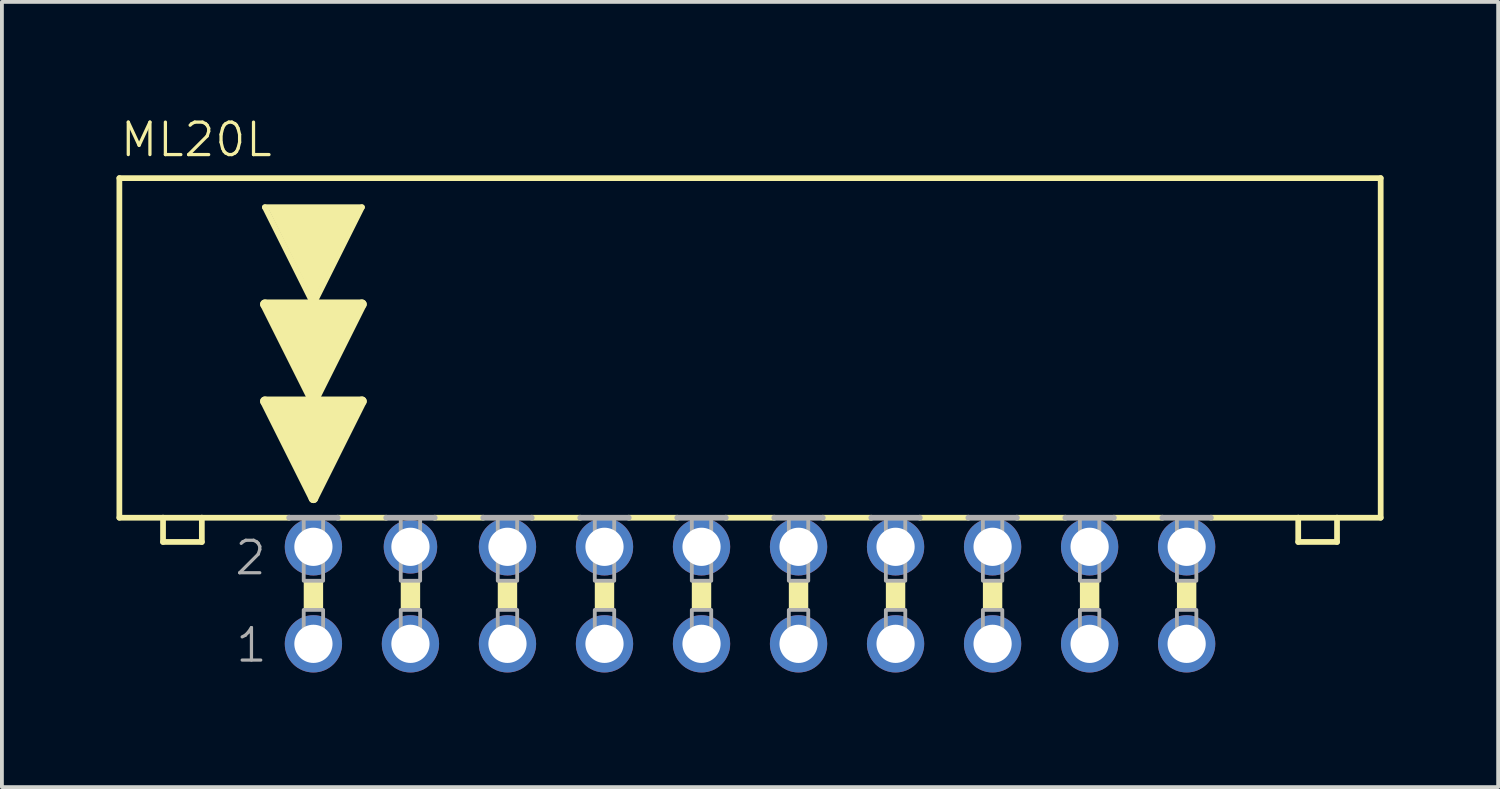
<source format=kicad_pcb>
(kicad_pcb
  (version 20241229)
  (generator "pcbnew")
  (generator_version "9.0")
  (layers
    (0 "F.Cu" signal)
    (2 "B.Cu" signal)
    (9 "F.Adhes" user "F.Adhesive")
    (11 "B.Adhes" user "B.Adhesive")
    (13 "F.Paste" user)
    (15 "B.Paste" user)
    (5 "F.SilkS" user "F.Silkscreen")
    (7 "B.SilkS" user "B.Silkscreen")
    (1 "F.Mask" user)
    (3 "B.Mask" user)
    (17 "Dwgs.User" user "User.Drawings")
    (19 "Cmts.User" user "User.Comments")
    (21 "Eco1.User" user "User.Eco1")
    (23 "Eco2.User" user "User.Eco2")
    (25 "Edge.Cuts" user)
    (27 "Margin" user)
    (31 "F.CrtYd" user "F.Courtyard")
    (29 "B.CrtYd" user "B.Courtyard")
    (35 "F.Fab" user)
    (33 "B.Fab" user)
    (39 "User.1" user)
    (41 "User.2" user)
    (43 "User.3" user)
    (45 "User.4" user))
  (footprint "ML20L"
    (layer "F.Cu")
    (at 16.585 12.535)
    (property "Reference" "ML20L" (at -16.535 -11.43 0) (layer "F.SilkS") (effects (font (size 0.85 0.85) (thickness 0.085)) (justify left bottom)))
    (attr through_hole)
    (fp_line (start -16.51 -2.032) (end -16.51 -10.922) (stroke (width 0.15) (type solid)) (layer "F.SilkS"))
    (fp_line (start -16.51 -2.032) (end -15.367 -2.032) (stroke (width 0.15) (type solid)) (layer "F.SilkS"))
    (fp_line (start -15.367 -2.032) (end -15.367 -1.397) (stroke (width 0.15) (type solid)) (layer "F.SilkS"))
    (fp_line (start -15.367 -2.032) (end -14.351 -2.032) (stroke (width 0.15) (type solid)) (layer "F.SilkS"))
    (fp_line (start -14.351 -2.032) (end -12.065 -2.032) (stroke (width 0.15) (type solid)) (layer "F.SilkS"))
    (fp_line (start -14.351 -1.397) (end -15.367 -1.397) (stroke (width 0.15) (type solid)) (layer "F.SilkS"))
    (fp_line (start -14.351 -1.397) (end -14.351 -2.032) (stroke (width 0.15) (type solid)) (layer "F.SilkS"))
    (fp_line (start -12.7 -10.16) (end -10.16 -10.16) (stroke (width 0.15) (type solid)) (layer "F.SilkS"))
    (fp_line (start -12.7 -7.62) (end -10.16 -7.62) (stroke (width 0.25) (type solid)) (layer "F.SilkS"))
    (fp_line (start -12.7 -5.08) (end -10.16 -5.08) (stroke (width 0.25) (type solid)) (layer "F.SilkS"))
    (fp_line (start -11.43 -7.62) (end -12.7 -10.16) (stroke (width 0.15) (type solid)) (layer "F.SilkS"))
    (fp_line (start -11.43 -5.08) (end -12.7 -7.62) (stroke (width 0.25) (type solid)) (layer "F.SilkS"))
    (fp_line (start -11.43 -2.54) (end -12.7 -5.08) (stroke (width 0.25) (type solid)) (layer "F.SilkS"))
    (fp_line (start -10.795 -2.032) (end -9.525 -2.032) (stroke (width 0.15) (type solid)) (layer "F.SilkS"))
    (fp_line (start -10.16 -10.16) (end -11.43 -7.62) (stroke (width 0.15) (type solid)) (layer "F.SilkS"))
    (fp_line (start -10.16 -7.62) (end -11.43 -5.08) (stroke (width 0.25) (type solid)) (layer "F.SilkS"))
    (fp_line (start -10.16 -5.08) (end -11.43 -2.54) (stroke (width 0.25) (type solid)) (layer "F.SilkS"))
    (fp_line (start -8.255 -2.032) (end -6.985 -2.032) (stroke (width 0.15) (type solid)) (layer "F.SilkS"))
    (fp_line (start -5.715 -2.032) (end -4.445 -2.032) (stroke (width 0.15) (type solid)) (layer "F.SilkS"))
    (fp_line (start -3.175 -2.032) (end -1.905 -2.032) (stroke (width 0.15) (type solid)) (layer "F.SilkS"))
    (fp_line (start -0.635 -2.032) (end 0.635 -2.032) (stroke (width 0.15) (type solid)) (layer "F.SilkS"))
    (fp_line (start 1.905 -2.032) (end 3.175 -2.032) (stroke (width 0.15) (type solid)) (layer "F.SilkS"))
    (fp_line (start 4.445 -2.032) (end 5.715 -2.032) (stroke (width 0.15) (type solid)) (layer "F.SilkS"))
    (fp_line (start 6.985 -2.032) (end 8.255 -2.032) (stroke (width 0.15) (type solid)) (layer "F.SilkS"))
    (fp_line (start 9.525 -2.032) (end 10.795 -2.032) (stroke (width 0.15) (type solid)) (layer "F.SilkS"))
    (fp_line (start 14.351 -2.032) (end 12.065 -2.032) (stroke (width 0.15) (type solid)) (layer "F.SilkS"))
    (fp_line (start 14.351 -2.032) (end 14.351 -1.397) (stroke (width 0.15) (type solid)) (layer "F.SilkS"))
    (fp_line (start 15.367 -2.032) (end 14.351 -2.032) (stroke (width 0.15) (type solid)) (layer "F.SilkS"))
    (fp_line (start 15.367 -1.397) (end 14.351 -1.397) (stroke (width 0.15) (type solid)) (layer "F.SilkS"))
    (fp_line (start 15.367 -1.397) (end 15.367 -2.032) (stroke (width 0.15) (type solid)) (layer "F.SilkS"))
    (fp_line (start 16.51 -10.922) (end -16.51 -10.922) (stroke (width 0.15) (type solid)) (layer "F.SilkS"))
    (fp_line (start 16.51 -2.032) (end 15.367 -2.032) (stroke (width 0.15) (type solid)) (layer "F.SilkS"))
    (fp_line (start 16.51 -2.032) (end 16.51 -10.922) (stroke (width 0.15) (type solid)) (layer "F.SilkS"))
    (fp_poly (pts (xy -11.43 -5.2) (xy -10.2 -7.6) (xy -12.7 -7.6)) (stroke (width 0) (type solid)) (fill yes) (layer "F.SilkS"))
    (fp_poly (pts (xy -11.43 -2.55) (xy -10.17 -5.07) (xy -12.71 -5.07)) (stroke (width 0) (type solid)) (fill yes) (layer "F.SilkS"))
    (fp_poly (pts (xy -12.6 -10.1) (xy -11.43 -7.74) (xy -10.23 -10.1) (xy -12.6 -10.1)) (stroke (width 0) (type solid)) (fill yes) (layer "F.SilkS"))
    (fp_poly (pts (xy -11.684 0.381) (xy -11.176 0.381) (xy -11.176 -0.381) (xy -11.684 -0.381)) (stroke (width 0) (type solid)) (fill yes) (layer "F.SilkS"))
    (fp_poly (pts (xy -9.144 0.381) (xy -8.636 0.381) (xy -8.636 -0.381) (xy -9.144 -0.381)) (stroke (width 0) (type solid)) (fill yes) (layer "F.SilkS"))
    (fp_poly (pts (xy -6.604 0.381) (xy -6.096 0.381) (xy -6.096 -0.381) (xy -6.604 -0.381)) (stroke (width 0) (type solid)) (fill yes) (layer "F.SilkS"))
    (fp_poly (pts (xy -4.064 0.381) (xy -3.556 0.381) (xy -3.556 -0.381) (xy -4.064 -0.381)) (stroke (width 0) (type solid)) (fill yes) (layer "F.SilkS"))
    (fp_poly (pts (xy -1.524 0.381) (xy -1.016 0.381) (xy -1.016 -0.381) (xy -1.524 -0.381)) (stroke (width 0) (type solid)) (fill yes) (layer "F.SilkS"))
    (fp_poly (pts (xy 1.016 0.381) (xy 1.524 0.381) (xy 1.524 -0.381) (xy 1.016 -0.381)) (stroke (width 0) (type solid)) (fill yes) (layer "F.SilkS"))
    (fp_poly (pts (xy 3.556 0.381) (xy 4.064 0.381) (xy 4.064 -0.381) (xy 3.556 -0.381)) (stroke (width 0) (type solid)) (fill yes) (layer "F.SilkS"))
    (fp_poly (pts (xy 6.096 0.381) (xy 6.604 0.381) (xy 6.604 -0.381) (xy 6.096 -0.381)) (stroke (width 0) (type solid)) (fill yes) (layer "F.SilkS"))
    (fp_poly (pts (xy 8.636 0.381) (xy 9.144 0.381) (xy 9.144 -0.381) (xy 8.636 -0.381)) (stroke (width 0) (type solid)) (fill yes) (layer "F.SilkS"))
    (fp_poly (pts (xy 11.176 0.381) (xy 11.684 0.381) (xy 11.684 -0.381) (xy 11.176 -0.381)) (stroke (width 0) (type solid)) (fill yes) (layer "F.SilkS"))
    (fp_line (start -12.065 -2.032) (end -10.795 -2.032) (stroke (width 0.15) (type solid)) (layer "F.Fab"))
    (fp_line (start -9.525 -2.032) (end -8.255 -2.032) (stroke (width 0.15) (type solid)) (layer "F.Fab"))
    (fp_line (start -6.985 -2.032) (end -5.715 -2.032) (stroke (width 0.15) (type solid)) (layer "F.Fab"))
    (fp_line (start -4.445 -2.032) (end -3.175 -2.032) (stroke (width 0.15) (type solid)) (layer "F.Fab"))
    (fp_line (start -0.635 -2.032) (end -1.905 -2.032) (stroke (width 0.15) (type solid)) (layer "F.Fab"))
    (fp_line (start 1.905 -2.032) (end 0.635 -2.032) (stroke (width 0.15) (type solid)) (layer "F.Fab"))
    (fp_line (start 4.445 -2.032) (end 3.175 -2.032) (stroke (width 0.15) (type solid)) (layer "F.Fab"))
    (fp_line (start 6.985 -2.032) (end 5.715 -2.032) (stroke (width 0.15) (type solid)) (layer "F.Fab"))
    (fp_line (start 9.525 -2.032) (end 8.255 -2.032) (stroke (width 0.15) (type solid)) (layer "F.Fab"))
    (fp_line (start 12.065 -2.032) (end 10.795 -2.032) (stroke (width 0.15) (type solid)) (layer "F.Fab"))
    (fp_poly (pts (xy -11.684 -0.381) (xy -11.176 -0.381) (xy -11.176 -2.032) (xy -11.684 -2.032)) (stroke (width 0.1) (type solid)) (fill no) (layer "F.Fab"))
    (fp_poly (pts (xy -11.684 1.524) (xy -11.176 1.524) (xy -11.176 0.381) (xy -11.684 0.381)) (stroke (width 0.1) (type solid)) (fill no) (layer "F.Fab"))
    (fp_poly (pts (xy -9.144 -0.381) (xy -8.636 -0.381) (xy -8.636 -2.032) (xy -9.144 -2.032)) (stroke (width 0.1) (type solid)) (fill no) (layer "F.Fab"))
    (fp_poly (pts (xy -9.144 1.524) (xy -8.636 1.524) (xy -8.636 0.381) (xy -9.144 0.381)) (stroke (width 0.1) (type solid)) (fill no) (layer "F.Fab"))
    (fp_poly (pts (xy -6.604 -0.381) (xy -6.096 -0.381) (xy -6.096 -2.032) (xy -6.604 -2.032)) (stroke (width 0.1) (type solid)) (fill no) (layer "F.Fab"))
    (fp_poly (pts (xy -6.604 1.524) (xy -6.096 1.524) (xy -6.096 0.381) (xy -6.604 0.381)) (stroke (width 0.1) (type solid)) (fill no) (layer "F.Fab"))
    (fp_poly (pts (xy -4.064 -0.381) (xy -3.556 -0.381) (xy -3.556 -2.032) (xy -4.064 -2.032)) (stroke (width 0.1) (type solid)) (fill no) (layer "F.Fab"))
    (fp_poly (pts (xy -4.064 1.524) (xy -3.556 1.524) (xy -3.556 0.381) (xy -4.064 0.381)) (stroke (width 0.1) (type solid)) (fill no) (layer "F.Fab"))
    (fp_poly (pts (xy -1.524 -0.381) (xy -1.016 -0.381) (xy -1.016 -2.032) (xy -1.524 -2.032)) (stroke (width 0.1) (type solid)) (fill no) (layer "F.Fab"))
    (fp_poly (pts (xy -1.524 1.524) (xy -1.016 1.524) (xy -1.016 0.381) (xy -1.524 0.381)) (stroke (width 0.1) (type solid)) (fill no) (layer "F.Fab"))
    (fp_poly (pts (xy 1.016 -0.381) (xy 1.524 -0.381) (xy 1.524 -2.032) (xy 1.016 -2.032)) (stroke (width 0.1) (type solid)) (fill no) (layer "F.Fab"))
    (fp_poly (pts (xy 1.016 1.524) (xy 1.524 1.524) (xy 1.524 0.381) (xy 1.016 0.381)) (stroke (width 0.1) (type solid)) (fill no) (layer "F.Fab"))
    (fp_poly (pts (xy 3.556 -0.381) (xy 4.064 -0.381) (xy 4.064 -2.032) (xy 3.556 -2.032)) (stroke (width 0.1) (type solid)) (fill no) (layer "F.Fab"))
    (fp_poly (pts (xy 3.556 1.524) (xy 4.064 1.524) (xy 4.064 0.381) (xy 3.556 0.381)) (stroke (width 0.1) (type solid)) (fill no) (layer "F.Fab"))
    (fp_poly (pts (xy 6.096 -0.381) (xy 6.604 -0.381) (xy 6.604 -2.032) (xy 6.096 -2.032)) (stroke (width 0.1) (type solid)) (fill no) (layer "F.Fab"))
    (fp_poly (pts (xy 6.096 1.524) (xy 6.604 1.524) (xy 6.604 0.381) (xy 6.096 0.381)) (stroke (width 0.1) (type solid)) (fill no) (layer "F.Fab"))
    (fp_poly (pts (xy 8.636 -0.381) (xy 9.144 -0.381) (xy 9.144 -2.032) (xy 8.636 -2.032)) (stroke (width 0.1) (type solid)) (fill no) (layer "F.Fab"))
    (fp_poly (pts (xy 8.636 1.524) (xy 9.144 1.524) (xy 9.144 0.381) (xy 8.636 0.381)) (stroke (width 0.1) (type solid)) (fill no) (layer "F.Fab"))
    (fp_poly (pts (xy 11.176 -0.381) (xy 11.684 -0.381) (xy 11.684 -2.032) (xy 11.176 -2.032)) (stroke (width 0.1) (type solid)) (fill no) (layer "F.Fab"))
    (fp_poly (pts (xy 11.176 1.524) (xy 11.684 1.524) (xy 11.684 0.381) (xy 11.176 0.381)) (stroke (width 0.1) (type solid)) (fill no) (layer "F.Fab"))
    (fp_text user "2" (at -13.538 -0.483 0) (layer "F.Fab") (effects (font (size 0.85 0.85) (thickness 0.085)) (justify left bottom)))
    (fp_text user "1" (at -13.513 1.803 0) (layer "F.Fab") (effects (font (size 0.85 0.85) (thickness 0.085)) (justify left bottom)))
    (pad "1" thru_hole circle (at -11.43 1.27) (size 1.5 1.5) (drill 1) (layers "*.Cu" "*.Mask"))
    (pad "2" thru_hole circle (at -11.43 -1.27) (size 1.5 1.5) (drill 1) (layers "*.Cu" "*.Mask"))
    (pad "3" thru_hole circle (at -8.89 1.27) (size 1.5 1.5) (drill 1) (layers "*.Cu" "*.Mask"))
    (pad "4" thru_hole circle (at -8.89 -1.27) (size 1.4 1.4) (drill 1) (layers "*.Cu" "*.Mask"))
    (pad "5" thru_hole circle (at -6.35 1.27) (size 1.5 1.5) (drill 1) (layers "*.Cu" "*.Mask"))
    (pad "6" thru_hole circle (at -6.35 -1.27) (size 1.5 1.5) (drill 1) (layers "*.Cu" "*.Mask"))
    (pad "7" thru_hole circle (at -3.81 1.27) (size 1.5 1.5) (drill 1) (layers "*.Cu" "*.Mask"))
    (pad "8" thru_hole circle (at -3.81 -1.27) (size 1.5 1.5) (drill 1) (layers "*.Cu" "*.Mask"))
    (pad "9" thru_hole circle (at -1.27 1.27) (size 1.5 1.5) (drill 1) (layers "*.Cu" "*.Mask"))
    (pad "10" thru_hole circle (at -1.27 -1.27) (size 1.5 1.5) (drill 1) (layers "*.Cu" "*.Mask"))
    (pad "11" thru_hole circle (at 1.27 1.27) (size 1.5 1.5) (drill 1) (layers "*.Cu" "*.Mask"))
    (pad "12" thru_hole circle (at 1.27 -1.27) (size 1.5 1.5) (drill 1) (layers "*.Cu" "*.Mask"))
    (pad "13" thru_hole circle (at 3.81 1.27) (size 1.5 1.5) (drill 1) (layers "*.Cu" "*.Mask"))
    (pad "14" thru_hole circle (at 3.81 -1.27) (size 1.5 1.5) (drill 1) (layers "*.Cu" "*.Mask"))
    (pad "15" thru_hole circle (at 6.35 1.27) (size 1.5 1.5) (drill 1) (layers "*.Cu" "*.Mask"))
    (pad "16" thru_hole circle (at 6.35 -1.27) (size 1.5 1.5) (drill 1) (layers "*.Cu" "*.Mask"))
    (pad "17" thru_hole circle (at 8.89 1.27) (size 1.5 1.5) (drill 1) (layers "*.Cu" "*.Mask"))
    (pad "18" thru_hole circle (at 8.89 -1.27) (size 1.5 1.5) (drill 1) (layers "*.Cu" "*.Mask"))
    (pad "19" thru_hole circle (at 11.43 1.27) (size 1.5 1.5) (drill 1) (layers "*.Cu" "*.Mask"))
    (pad "20" thru_hole circle (at 11.43 -1.27) (size 1.5 1.5) (drill 1) (layers "*.Cu" "*.Mask")))
  (gr_rect
    (start -3 -3)
    (end 36.17 17.555)
    (stroke (width 0.1) (type default))
    (fill no)
    (layer "Edge.Cuts")))
</source>
